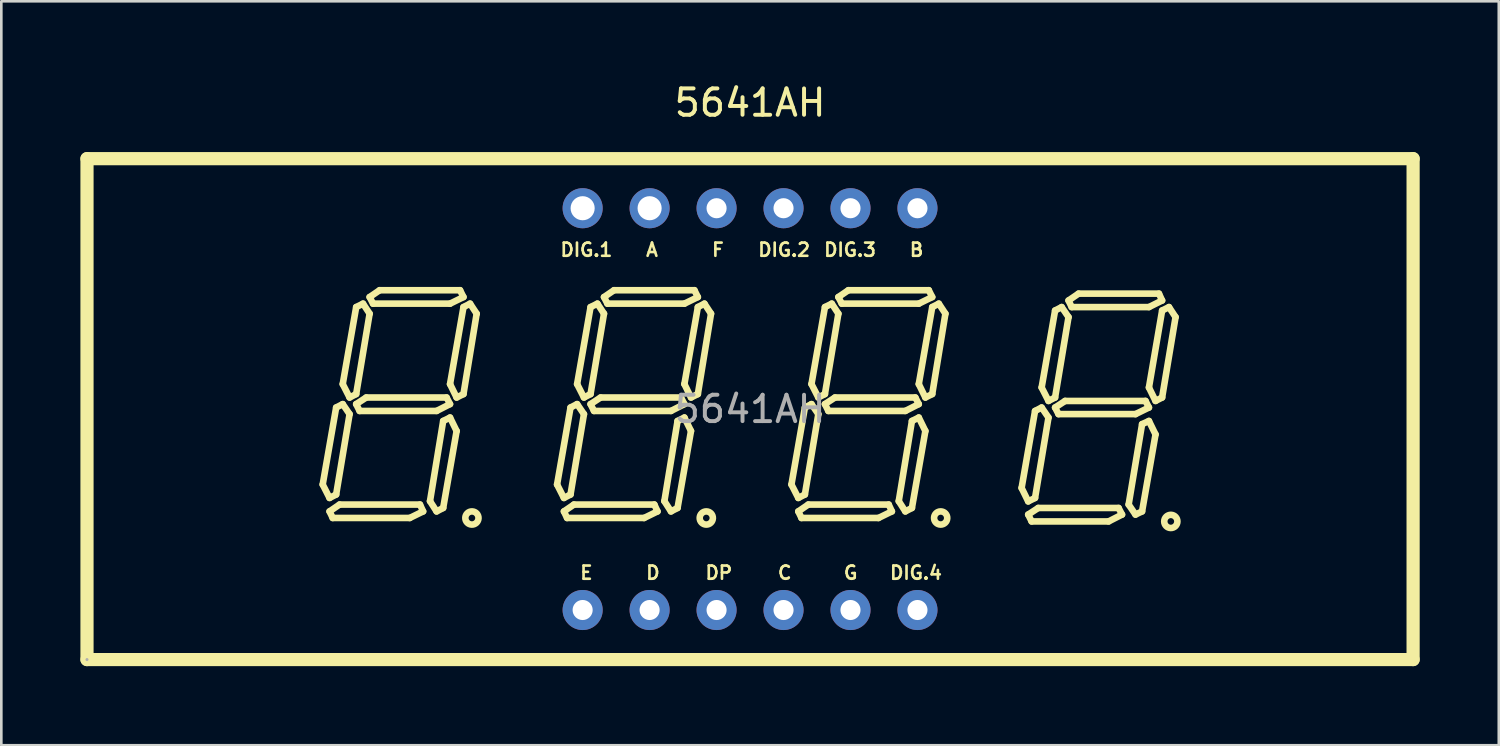
<source format=kicad_pcb>
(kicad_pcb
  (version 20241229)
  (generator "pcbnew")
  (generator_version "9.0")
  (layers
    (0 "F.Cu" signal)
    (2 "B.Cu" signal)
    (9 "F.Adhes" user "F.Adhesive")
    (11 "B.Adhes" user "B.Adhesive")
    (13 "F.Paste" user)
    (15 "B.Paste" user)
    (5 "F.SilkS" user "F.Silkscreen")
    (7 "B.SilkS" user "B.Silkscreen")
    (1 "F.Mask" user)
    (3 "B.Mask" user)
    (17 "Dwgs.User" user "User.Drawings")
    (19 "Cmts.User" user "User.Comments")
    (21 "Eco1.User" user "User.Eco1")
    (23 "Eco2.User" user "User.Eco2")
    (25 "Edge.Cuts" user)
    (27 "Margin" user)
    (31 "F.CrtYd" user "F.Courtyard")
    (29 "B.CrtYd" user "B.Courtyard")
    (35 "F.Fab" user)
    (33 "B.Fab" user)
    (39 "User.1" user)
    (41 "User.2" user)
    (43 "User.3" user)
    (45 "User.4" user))
  (footprint "5641AH"
    (layer "F.Cu")
    (at 25.4 12.468)
    (property "Reference" "5641AH" (at 0 -11.62 0) (layer "F.SilkS") (effects (font (size 1 1) (thickness 0.15))))
    (attr through_hole)
    (fp_line (start -25.15 -9.5) (end 25.15 -9.5) (stroke (width 0.5) (type solid)) (layer "F.SilkS"))
    (fp_line (start -25.15 9.5) (end -25.15 -9.5) (stroke (width 0.5) (type default)) (layer "F.SilkS"))
    (fp_line (start -16.21 2.86) (end -15.7 -0.06) (stroke (width 0.25) (type solid)) (layer "F.SilkS"))
    (fp_line (start -15.95 3.37) (end -16.21 2.86) (stroke (width 0.25) (type solid)) (layer "F.SilkS"))
    (fp_line (start -15.95 3.88) (end -15.83 4.13) (stroke (width 0.25) (type solid)) (layer "F.SilkS"))
    (fp_line (start -15.83 4.13) (end -12.91 4.13) (stroke (width 0.25) (type solid)) (layer "F.SilkS"))
    (fp_line (start -15.7 -0.06) (end -15.45 -0.19) (stroke (width 0.25) (type solid)) (layer "F.SilkS"))
    (fp_line (start -15.7 3.24) (end -15.95 3.37) (stroke (width 0.25) (type solid)) (layer "F.SilkS"))
    (fp_line (start -15.57 3.62) (end -15.95 3.88) (stroke (width 0.25) (type solid)) (layer "F.SilkS"))
    (fp_line (start -15.45 -0.95) (end -14.94 -3.87) (stroke (width 0.25) (type solid)) (layer "F.SilkS"))
    (fp_line (start -15.45 -0.19) (end -15.19 0.19) (stroke (width 0.25) (type solid)) (layer "F.SilkS"))
    (fp_line (start -15.19 -0.44) (end -15.45 -0.95) (stroke (width 0.25) (type solid)) (layer "F.SilkS"))
    (fp_line (start -15.19 0.19) (end -15.7 3.24) (stroke (width 0.25) (type solid)) (layer "F.SilkS"))
    (fp_line (start -14.94 -3.87) (end -14.68 -4) (stroke (width 0.25) (type solid)) (layer "F.SilkS"))
    (fp_line (start -14.94 -0.57) (end -15.19 -0.44) (stroke (width 0.25) (type solid)) (layer "F.SilkS"))
    (fp_line (start -14.94 -0.19) (end -14.81 0.07) (stroke (width 0.25) (type solid)) (layer "F.SilkS"))
    (fp_line (start -14.81 0.07) (end -11.89 0.07) (stroke (width 0.25) (type solid)) (layer "F.SilkS"))
    (fp_line (start -14.68 -4) (end -14.43 -3.62) (stroke (width 0.25) (type solid)) (layer "F.SilkS"))
    (fp_line (start -14.56 -0.44) (end -14.94 -0.19) (stroke (width 0.25) (type solid)) (layer "F.SilkS"))
    (fp_line (start -14.43 -4.25) (end -14.05 -4.51) (stroke (width 0.25) (type solid)) (layer "F.SilkS"))
    (fp_line (start -14.43 -3.62) (end -14.94 -0.57) (stroke (width 0.25) (type solid)) (layer "F.SilkS"))
    (fp_line (start -14.3 -4) (end -14.43 -4.25) (stroke (width 0.25) (type solid)) (layer "F.SilkS"))
    (fp_line (start -14.05 -4.51) (end -11 -4.51) (stroke (width 0.25) (type solid)) (layer "F.SilkS"))
    (fp_line (start -12.91 4.13) (end -12.4 3.88) (stroke (width 0.25) (type solid)) (layer "F.SilkS"))
    (fp_line (start -12.52 3.62) (end -15.57 3.62) (stroke (width 0.25) (type solid)) (layer "F.SilkS"))
    (fp_line (start -12.4 3.88) (end -12.52 3.62) (stroke (width 0.25) (type solid)) (layer "F.SilkS"))
    (fp_line (start -12.14 3.49) (end -11.89 3.88) (stroke (width 0.25) (type solid)) (layer "F.SilkS"))
    (fp_line (start -11.89 0.07) (end -11.38 -0.19) (stroke (width 0.25) (type solid)) (layer "F.SilkS"))
    (fp_line (start -11.89 3.88) (end -11.64 3.75) (stroke (width 0.25) (type solid)) (layer "F.SilkS"))
    (fp_line (start -11.64 0.45) (end -12.14 3.49) (stroke (width 0.25) (type solid)) (layer "F.SilkS"))
    (fp_line (start -11.64 3.75) (end -11.13 0.83) (stroke (width 0.25) (type solid)) (layer "F.SilkS"))
    (fp_line (start -11.51 -0.44) (end -14.56 -0.44) (stroke (width 0.25) (type solid)) (layer "F.SilkS"))
    (fp_line (start -11.38 -4) (end -14.3 -4) (stroke (width 0.25) (type solid)) (layer "F.SilkS"))
    (fp_line (start -11.38 -0.95) (end -10.87 -3.87) (stroke (width 0.25) (type solid)) (layer "F.SilkS"))
    (fp_line (start -11.38 -0.19) (end -11.51 -0.44) (stroke (width 0.25) (type solid)) (layer "F.SilkS"))
    (fp_line (start -11.38 0.32) (end -11.64 0.45) (stroke (width 0.25) (type solid)) (layer "F.SilkS"))
    (fp_line (start -11.13 -0.44) (end -11.38 -0.95) (stroke (width 0.25) (type solid)) (layer "F.SilkS"))
    (fp_line (start -11.13 0.83) (end -11.38 0.32) (stroke (width 0.25) (type solid)) (layer "F.SilkS"))
    (fp_line (start -11 -4.51) (end -10.87 -4.25) (stroke (width 0.25) (type solid)) (layer "F.SilkS"))
    (fp_line (start -10.87 -4.25) (end -11.38 -4) (stroke (width 0.25) (type solid)) (layer "F.SilkS"))
    (fp_line (start -10.87 -3.87) (end -10.62 -4) (stroke (width 0.25) (type solid)) (layer "F.SilkS"))
    (fp_line (start -10.87 -0.57) (end -11.13 -0.44) (stroke (width 0.25) (type solid)) (layer "F.SilkS"))
    (fp_line (start -10.62 -4) (end -10.37 -3.62) (stroke (width 0.25) (type solid)) (layer "F.SilkS"))
    (fp_line (start -10.37 -3.62) (end -10.87 -0.57) (stroke (width 0.25) (type solid)) (layer "F.SilkS"))
    (fp_line (start -7.32 2.86) (end -6.81 -0.06) (stroke (width 0.25) (type solid)) (layer "F.SilkS"))
    (fp_line (start -7.06 3.37) (end -7.32 2.86) (stroke (width 0.25) (type solid)) (layer "F.SilkS"))
    (fp_line (start -7.06 3.88) (end -6.94 4.13) (stroke (width 0.25) (type solid)) (layer "F.SilkS"))
    (fp_line (start -6.94 4.13) (end -4.02 4.13) (stroke (width 0.25) (type solid)) (layer "F.SilkS"))
    (fp_line (start -6.81 -0.06) (end -6.56 -0.19) (stroke (width 0.25) (type solid)) (layer "F.SilkS"))
    (fp_line (start -6.81 3.24) (end -7.06 3.37) (stroke (width 0.25) (type solid)) (layer "F.SilkS"))
    (fp_line (start -6.68 3.62) (end -7.06 3.88) (stroke (width 0.25) (type solid)) (layer "F.SilkS"))
    (fp_line (start -6.56 -0.95) (end -6.05 -3.87) (stroke (width 0.25) (type solid)) (layer "F.SilkS"))
    (fp_line (start -6.56 -0.19) (end -6.3 0.19) (stroke (width 0.25) (type solid)) (layer "F.SilkS"))
    (fp_line (start -6.3 -0.44) (end -6.56 -0.95) (stroke (width 0.25) (type solid)) (layer "F.SilkS"))
    (fp_line (start -6.3 0.19) (end -6.81 3.24) (stroke (width 0.25) (type solid)) (layer "F.SilkS"))
    (fp_line (start -6.05 -3.87) (end -5.79 -4) (stroke (width 0.25) (type solid)) (layer "F.SilkS"))
    (fp_line (start -6.05 -0.57) (end -6.3 -0.44) (stroke (width 0.25) (type solid)) (layer "F.SilkS"))
    (fp_line (start -6.05 -0.19) (end -5.92 0.07) (stroke (width 0.25) (type solid)) (layer "F.SilkS"))
    (fp_line (start -5.92 0.07) (end -3 0.07) (stroke (width 0.25) (type solid)) (layer "F.SilkS"))
    (fp_line (start -5.79 -4) (end -5.54 -3.62) (stroke (width 0.25) (type solid)) (layer "F.SilkS"))
    (fp_line (start -5.67 -0.44) (end -6.05 -0.19) (stroke (width 0.25) (type solid)) (layer "F.SilkS"))
    (fp_line (start -5.54 -4.25) (end -5.16 -4.51) (stroke (width 0.25) (type solid)) (layer "F.SilkS"))
    (fp_line (start -5.54 -3.62) (end -6.05 -0.57) (stroke (width 0.25) (type solid)) (layer "F.SilkS"))
    (fp_line (start -5.41 -4) (end -5.54 -4.25) (stroke (width 0.25) (type solid)) (layer "F.SilkS"))
    (fp_line (start -5.16 -4.51) (end -2.11 -4.51) (stroke (width 0.25) (type solid)) (layer "F.SilkS"))
    (fp_line (start -4.02 4.13) (end -3.51 3.88) (stroke (width 0.25) (type solid)) (layer "F.SilkS"))
    (fp_line (start -3.63 3.62) (end -6.68 3.62) (stroke (width 0.25) (type solid)) (layer "F.SilkS"))
    (fp_line (start -3.51 3.88) (end -3.63 3.62) (stroke (width 0.25) (type solid)) (layer "F.SilkS"))
    (fp_line (start -3.25 3.49) (end -3 3.88) (stroke (width 0.25) (type solid)) (layer "F.SilkS"))
    (fp_line (start -3 0.07) (end -2.49 -0.19) (stroke (width 0.25) (type solid)) (layer "F.SilkS"))
    (fp_line (start -3 3.88) (end -2.75 3.75) (stroke (width 0.25) (type solid)) (layer "F.SilkS"))
    (fp_line (start -2.75 0.45) (end -3.25 3.49) (stroke (width 0.25) (type solid)) (layer "F.SilkS"))
    (fp_line (start -2.75 3.75) (end -2.24 0.83) (stroke (width 0.25) (type solid)) (layer "F.SilkS"))
    (fp_line (start -2.62 -0.44) (end -5.67 -0.44) (stroke (width 0.25) (type solid)) (layer "F.SilkS"))
    (fp_line (start -2.49 -4) (end -5.41 -4) (stroke (width 0.25) (type solid)) (layer "F.SilkS"))
    (fp_line (start -2.49 -0.95) (end -1.98 -3.87) (stroke (width 0.25) (type solid)) (layer "F.SilkS"))
    (fp_line (start -2.49 -0.19) (end -2.62 -0.44) (stroke (width 0.25) (type solid)) (layer "F.SilkS"))
    (fp_line (start -2.49 0.32) (end -2.75 0.45) (stroke (width 0.25) (type solid)) (layer "F.SilkS"))
    (fp_line (start -2.24 -0.44) (end -2.49 -0.95) (stroke (width 0.25) (type solid)) (layer "F.SilkS"))
    (fp_line (start -2.24 0.83) (end -2.49 0.32) (stroke (width 0.25) (type solid)) (layer "F.SilkS"))
    (fp_line (start -2.11 -4.51) (end -1.98 -4.25) (stroke (width 0.25) (type solid)) (layer "F.SilkS"))
    (fp_line (start -1.98 -4.25) (end -2.49 -4) (stroke (width 0.25) (type solid)) (layer "F.SilkS"))
    (fp_line (start -1.98 -3.87) (end -1.73 -4) (stroke (width 0.25) (type solid)) (layer "F.SilkS"))
    (fp_line (start -1.98 -0.57) (end -2.24 -0.44) (stroke (width 0.25) (type solid)) (layer "F.SilkS"))
    (fp_line (start -1.73 -4) (end -1.48 -3.62) (stroke (width 0.25) (type solid)) (layer "F.SilkS"))
    (fp_line (start -1.48 -3.62) (end -1.98 -0.57) (stroke (width 0.25) (type solid)) (layer "F.SilkS"))
    (fp_line (start 1.57 2.86) (end 2.08 -0.06) (stroke (width 0.25) (type solid)) (layer "F.SilkS"))
    (fp_line (start 1.83 3.37) (end 1.57 2.86) (stroke (width 0.25) (type solid)) (layer "F.SilkS"))
    (fp_line (start 1.83 3.88) (end 1.95 4.13) (stroke (width 0.25) (type solid)) (layer "F.SilkS"))
    (fp_line (start 1.95 4.13) (end 4.87 4.13) (stroke (width 0.25) (type solid)) (layer "F.SilkS"))
    (fp_line (start 2.08 -0.06) (end 2.33 -0.19) (stroke (width 0.25) (type solid)) (layer "F.SilkS"))
    (fp_line (start 2.08 3.24) (end 1.83 3.37) (stroke (width 0.25) (type solid)) (layer "F.SilkS"))
    (fp_line (start 2.21 3.62) (end 1.83 3.88) (stroke (width 0.25) (type solid)) (layer "F.SilkS"))
    (fp_line (start 2.33 -0.95) (end 2.84 -3.87) (stroke (width 0.25) (type solid)) (layer "F.SilkS"))
    (fp_line (start 2.33 -0.19) (end 2.59 0.19) (stroke (width 0.25) (type solid)) (layer "F.SilkS"))
    (fp_line (start 2.59 -0.44) (end 2.33 -0.95) (stroke (width 0.25) (type solid)) (layer "F.SilkS"))
    (fp_line (start 2.59 0.19) (end 2.08 3.24) (stroke (width 0.25) (type solid)) (layer "F.SilkS"))
    (fp_line (start 2.84 -3.87) (end 3.1 -4) (stroke (width 0.25) (type solid)) (layer "F.SilkS"))
    (fp_line (start 2.84 -0.57) (end 2.59 -0.44) (stroke (width 0.25) (type solid)) (layer "F.SilkS"))
    (fp_line (start 2.84 -0.19) (end 2.97 0.07) (stroke (width 0.25) (type solid)) (layer "F.SilkS"))
    (fp_line (start 2.97 0.07) (end 5.89 0.07) (stroke (width 0.25) (type solid)) (layer "F.SilkS"))
    (fp_line (start 3.1 -4) (end 3.35 -3.62) (stroke (width 0.25) (type solid)) (layer "F.SilkS"))
    (fp_line (start 3.22 -0.44) (end 2.84 -0.19) (stroke (width 0.25) (type solid)) (layer "F.SilkS"))
    (fp_line (start 3.35 -4.25) (end 3.73 -4.51) (stroke (width 0.25) (type solid)) (layer "F.SilkS"))
    (fp_line (start 3.35 -3.62) (end 2.84 -0.57) (stroke (width 0.25) (type solid)) (layer "F.SilkS"))
    (fp_line (start 3.48 -4) (end 3.35 -4.25) (stroke (width 0.25) (type solid)) (layer "F.SilkS"))
    (fp_line (start 3.73 -4.51) (end 6.78 -4.51) (stroke (width 0.25) (type solid)) (layer "F.SilkS"))
    (fp_line (start 4.87 4.13) (end 5.38 3.88) (stroke (width 0.25) (type solid)) (layer "F.SilkS"))
    (fp_line (start 5.26 3.62) (end 2.21 3.62) (stroke (width 0.25) (type solid)) (layer "F.SilkS"))
    (fp_line (start 5.38 3.88) (end 5.26 3.62) (stroke (width 0.25) (type solid)) (layer "F.SilkS"))
    (fp_line (start 5.64 3.49) (end 5.89 3.88) (stroke (width 0.25) (type solid)) (layer "F.SilkS"))
    (fp_line (start 5.89 0.07) (end 6.4 -0.19) (stroke (width 0.25) (type solid)) (layer "F.SilkS"))
    (fp_line (start 5.89 3.88) (end 6.14 3.75) (stroke (width 0.25) (type solid)) (layer "F.SilkS"))
    (fp_line (start 6.14 0.45) (end 5.64 3.49) (stroke (width 0.25) (type solid)) (layer "F.SilkS"))
    (fp_line (start 6.14 3.75) (end 6.65 0.83) (stroke (width 0.25) (type solid)) (layer "F.SilkS"))
    (fp_line (start 6.27 -0.44) (end 3.22 -0.44) (stroke (width 0.25) (type solid)) (layer "F.SilkS"))
    (fp_line (start 6.4 -4) (end 3.48 -4) (stroke (width 0.25) (type solid)) (layer "F.SilkS"))
    (fp_line (start 6.4 -0.95) (end 6.91 -3.87) (stroke (width 0.25) (type solid)) (layer "F.SilkS"))
    (fp_line (start 6.4 -0.19) (end 6.27 -0.44) (stroke (width 0.25) (type solid)) (layer "F.SilkS"))
    (fp_line (start 6.4 0.32) (end 6.14 0.45) (stroke (width 0.25) (type solid)) (layer "F.SilkS"))
    (fp_line (start 6.65 -0.44) (end 6.4 -0.95) (stroke (width 0.25) (type solid)) (layer "F.SilkS"))
    (fp_line (start 6.65 0.83) (end 6.4 0.32) (stroke (width 0.25) (type solid)) (layer "F.SilkS"))
    (fp_line (start 6.78 -4.51) (end 6.91 -4.25) (stroke (width 0.25) (type solid)) (layer "F.SilkS"))
    (fp_line (start 6.91 -4.25) (end 6.4 -4) (stroke (width 0.25) (type solid)) (layer "F.SilkS"))
    (fp_line (start 6.91 -3.87) (end 7.16 -4) (stroke (width 0.25) (type solid)) (layer "F.SilkS"))
    (fp_line (start 6.91 -0.57) (end 6.65 -0.44) (stroke (width 0.25) (type solid)) (layer "F.SilkS"))
    (fp_line (start 7.16 -4) (end 7.41 -3.62) (stroke (width 0.25) (type solid)) (layer "F.SilkS"))
    (fp_line (start 7.41 -3.62) (end 6.91 -0.57) (stroke (width 0.25) (type solid)) (layer "F.SilkS"))
    (fp_line (start 10.3 2.99) (end 10.81 0.07) (stroke (width 0.25) (type solid)) (layer "F.SilkS"))
    (fp_line (start 10.55 3.5) (end 10.3 2.99) (stroke (width 0.25) (type solid)) (layer "F.SilkS"))
    (fp_line (start 10.55 4) (end 10.68 4.26) (stroke (width 0.25) (type solid)) (layer "F.SilkS"))
    (fp_line (start 10.68 4.26) (end 13.6 4.26) (stroke (width 0.25) (type solid)) (layer "F.SilkS"))
    (fp_line (start 10.81 0.07) (end 11.06 -0.06) (stroke (width 0.25) (type solid)) (layer "F.SilkS"))
    (fp_line (start 10.81 3.37) (end 10.55 3.5) (stroke (width 0.25) (type solid)) (layer "F.SilkS"))
    (fp_line (start 10.93 3.75) (end 10.55 4) (stroke (width 0.25) (type solid)) (layer "F.SilkS"))
    (fp_line (start 11.06 -0.82) (end 11.57 -3.74) (stroke (width 0.25) (type solid)) (layer "F.SilkS"))
    (fp_line (start 11.06 -0.06) (end 11.32 0.32) (stroke (width 0.25) (type solid)) (layer "F.SilkS"))
    (fp_line (start 11.32 -0.31) (end 11.06 -0.82) (stroke (width 0.25) (type solid)) (layer "F.SilkS"))
    (fp_line (start 11.32 0.32) (end 10.81 3.37) (stroke (width 0.25) (type solid)) (layer "F.SilkS"))
    (fp_line (start 11.57 -3.74) (end 11.82 -3.87) (stroke (width 0.25) (type solid)) (layer "F.SilkS"))
    (fp_line (start 11.57 -0.44) (end 11.32 -0.31) (stroke (width 0.25) (type solid)) (layer "F.SilkS"))
    (fp_line (start 11.57 -0.06) (end 11.7 0.19) (stroke (width 0.25) (type solid)) (layer "F.SilkS"))
    (fp_line (start 11.7 0.19) (end 14.62 0.19) (stroke (width 0.25) (type solid)) (layer "F.SilkS"))
    (fp_line (start 11.82 -3.87) (end 12.08 -3.49) (stroke (width 0.25) (type solid)) (layer "F.SilkS"))
    (fp_line (start 11.95 -0.31) (end 11.57 -0.06) (stroke (width 0.25) (type solid)) (layer "F.SilkS"))
    (fp_line (start 12.08 -4.12) (end 12.46 -4.38) (stroke (width 0.25) (type solid)) (layer "F.SilkS"))
    (fp_line (start 12.08 -3.49) (end 11.57 -0.44) (stroke (width 0.25) (type solid)) (layer "F.SilkS"))
    (fp_line (start 12.2 -3.87) (end 12.08 -4.12) (stroke (width 0.25) (type solid)) (layer "F.SilkS"))
    (fp_line (start 12.46 -4.38) (end 15.51 -4.38) (stroke (width 0.25) (type solid)) (layer "F.SilkS"))
    (fp_line (start 13.6 4.26) (end 14.11 4) (stroke (width 0.25) (type solid)) (layer "F.SilkS"))
    (fp_line (start 13.98 3.75) (end 10.93 3.75) (stroke (width 0.25) (type solid)) (layer "F.SilkS"))
    (fp_line (start 14.11 4) (end 13.98 3.75) (stroke (width 0.25) (type solid)) (layer "F.SilkS"))
    (fp_line (start 14.36 3.62) (end 14.62 4) (stroke (width 0.25) (type solid)) (layer "F.SilkS"))
    (fp_line (start 14.62 0.19) (end 15.13 -0.06) (stroke (width 0.25) (type solid)) (layer "F.SilkS"))
    (fp_line (start 14.62 4) (end 14.87 3.88) (stroke (width 0.25) (type solid)) (layer "F.SilkS"))
    (fp_line (start 14.87 0.57) (end 14.36 3.62) (stroke (width 0.25) (type solid)) (layer "F.SilkS"))
    (fp_line (start 14.87 3.88) (end 15.38 0.96) (stroke (width 0.25) (type solid)) (layer "F.SilkS"))
    (fp_line (start 15 -0.31) (end 11.95 -0.31) (stroke (width 0.25) (type solid)) (layer "F.SilkS"))
    (fp_line (start 15.13 -3.87) (end 12.2 -3.87) (stroke (width 0.25) (type solid)) (layer "F.SilkS"))
    (fp_line (start 15.13 -0.82) (end 15.63 -3.74) (stroke (width 0.25) (type solid)) (layer "F.SilkS"))
    (fp_line (start 15.13 -0.06) (end 15 -0.31) (stroke (width 0.25) (type solid)) (layer "F.SilkS"))
    (fp_line (start 15.13 0.45) (end 14.87 0.57) (stroke (width 0.25) (type solid)) (layer "F.SilkS"))
    (fp_line (start 15.38 -0.31) (end 15.13 -0.82) (stroke (width 0.25) (type solid)) (layer "F.SilkS"))
    (fp_line (start 15.38 0.96) (end 15.13 0.45) (stroke (width 0.25) (type solid)) (layer "F.SilkS"))
    (fp_line (start 15.51 -4.38) (end 15.63 -4.12) (stroke (width 0.25) (type solid)) (layer "F.SilkS"))
    (fp_line (start 15.63 -4.12) (end 15.13 -3.87) (stroke (width 0.25) (type solid)) (layer "F.SilkS"))
    (fp_line (start 15.63 -3.74) (end 15.89 -3.87) (stroke (width 0.25) (type solid)) (layer "F.SilkS"))
    (fp_line (start 15.63 -0.44) (end 15.38 -0.31) (stroke (width 0.25) (type solid)) (layer "F.SilkS"))
    (fp_line (start 15.89 -3.87) (end 16.14 -3.49) (stroke (width 0.25) (type solid)) (layer "F.SilkS"))
    (fp_line (start 16.14 -3.49) (end 15.63 -0.44) (stroke (width 0.25) (type solid)) (layer "F.SilkS"))
    (fp_line (start 25.15 -9.5) (end 25.15 9.5) (stroke (width 0.5) (type solid)) (layer "F.SilkS"))
    (fp_line (start 25.15 9.5) (end -25.15 9.5) (stroke (width 0.5) (type solid)) (layer "F.SilkS"))
    (fp_arc (start -10.54 3.88) (mid -10.555002 4.38015) (end -10.549997 3.8798) (stroke (width 0.25) (type solid)) (layer "F.SilkS"))
    (fp_arc (start -1.65 3.88) (mid -1.665002 4.38015) (end -1.659997 3.8798) (stroke (width 0.25) (type solid)) (layer "F.SilkS"))
    (fp_arc (start 7.24 3.88) (mid 7.224998 4.38015) (end 7.230003 3.8798) (stroke (width 0.25) (type solid)) (layer "F.SilkS"))
    (fp_arc (start 15.97 4.01) (mid 15.954998 4.51015) (end 15.960003 4.0098) (stroke (width 0.25) (type solid)) (layer "F.SilkS"))
    (fp_circle (center -25.15 9.5) (end -25.12 9.5) (stroke (width 0.06) (type solid)) (fill no) (layer "F.Fab"))
    (fp_circle (center -6.35 -7.62) (end -6.22 -7.62) (stroke (width 0.25) (type solid)) (fill no) (layer "F.Fab"))
    (fp_circle (center -6.35 7.62) (end -6.22 7.62) (stroke (width 0.25) (type solid)) (fill no) (layer "F.Fab"))
    (fp_circle (center -3.81 -7.62) (end -3.68 -7.62) (stroke (width 0.25) (type solid)) (fill no) (layer "F.Fab"))
    (fp_circle (center -3.81 7.62) (end -3.68 7.62) (stroke (width 0.25) (type solid)) (fill no) (layer "F.Fab"))
    (fp_circle (center -1.27 -7.62) (end -1.14 -7.62) (stroke (width 0.25) (type solid)) (fill no) (layer "F.Fab"))
    (fp_circle (center -1.27 7.62) (end -1.14 7.62) (stroke (width 0.25) (type solid)) (fill no) (layer "F.Fab"))
    (fp_circle (center 1.27 -7.62) (end 1.4 -7.62) (stroke (width 0.25) (type solid)) (fill no) (layer "F.Fab"))
    (fp_circle (center 1.27 7.62) (end 1.4 7.62) (stroke (width 0.25) (type solid)) (fill no) (layer "F.Fab"))
    (fp_circle (center 3.81 -7.62) (end 3.94 -7.62) (stroke (width 0.25) (type solid)) (fill no) (layer "F.Fab"))
    (fp_circle (center 3.81 7.62) (end 3.94 7.62) (stroke (width 0.25) (type solid)) (fill no) (layer "F.Fab"))
    (fp_circle (center 6.35 -7.62) (end 6.48 -7.62) (stroke (width 0.25) (type solid)) (fill no) (layer "F.Fab"))
    (fp_circle (center 6.35 7.62) (end 6.48 7.62) (stroke (width 0.25) (type solid)) (fill no) (layer "F.Fab"))
    (fp_text user "E" (at -6.5 6.5 0) (unlocked yes) (layer "F.SilkS") (effects (font (size 0.5 0.5) (thickness 0.1) (bold yes)) (justify left bottom)))
    (fp_text user "D" (at -4 6.5 0) (unlocked yes) (layer "F.SilkS") (effects (font (size 0.5 0.5) (thickness 0.1)) (justify left bottom)))
    (fp_text user "A" (at -4 -5.75 0) (unlocked yes) (layer "F.SilkS") (effects (font (size 0.5 0.5) (thickness 0.1)) (justify left bottom)))
    (fp_text user "DIG.4" (at 5.25 6.5 0) (unlocked yes) (layer "F.SilkS") (effects (font (size 0.5 0.5) (thickness 0.1) (bold yes)) (justify left bottom)))
    (fp_text user "DIG.3" (at 2.75 -5.75 0) (unlocked yes) (layer "F.SilkS") (effects (font (size 0.5 0.5) (thickness 0.1)) (justify left bottom)))
    (fp_text user "DP" (at -1.75 6.5 0) (unlocked yes) (layer "F.SilkS") (effects (font (size 0.5 0.5) (thickness 0.1)) (justify left bottom)))
    (fp_text user "C" (at 1 6.5 0) (unlocked yes) (layer "F.SilkS") (effects (font (size 0.5 0.5) (thickness 0.1)) (justify left bottom)))
    (fp_text user "G" (at 3.5 6.5 0) (unlocked yes) (layer "F.SilkS") (effects (font (size 0.5 0.5) (thickness 0.1)) (justify left bottom)))
    (fp_text user "DIG.2" (at 0.25 -5.75 0) (unlocked yes) (layer "F.SilkS") (effects (font (size 0.5 0.5) (thickness 0.1)) (justify left bottom)))
    (fp_text user "B" (at 6 -5.75 0) (unlocked yes) (layer "F.SilkS") (effects (font (size 0.5 0.5) (thickness 0.1)) (justify left bottom)))
    (fp_text user "DIG.1" (at -7.25 -5.75 0) (unlocked yes) (layer "F.SilkS") (effects (font (size 0.5 0.5) (thickness 0.1)) (justify left bottom)))
    (fp_text user "F" (at -1.5 -5.75 0) (unlocked yes) (layer "F.SilkS") (effects (font (size 0.5 0.5) (thickness 0.1)) (justify left bottom)))
    (fp_text user "${REFERENCE}" (at 0 0 0) (layer "F.Fab") (effects (font (size 1 1) (thickness 0.15))))
    (pad "1" thru_hole circle (at -6.35 7.62) (size 1.52 1.52) (drill 0.762) (layers "*.Cu" "*.Mask"))
    (pad "2" thru_hole circle (at -3.81 7.62) (size 1.52 1.52) (drill 0.762) (layers "*.Cu" "*.Mask"))
    (pad "3" thru_hole circle (at -1.27 7.62) (size 1.52 1.52) (drill 0.762) (layers "*.Cu" "*.Mask"))
    (pad "4" thru_hole circle (at 1.27 7.62) (size 1.52 1.52) (drill 0.762) (layers "*.Cu" "*.Mask"))
    (pad "5" thru_hole circle (at 3.81 7.62) (size 1.52 1.52) (drill 0.762) (layers "*.Cu" "*.Mask"))
    (pad "6" thru_hole circle (at 6.35 7.62) (size 1.52 1.52) (drill 0.762) (layers "*.Cu" "*.Mask"))
    (pad "7" thru_hole circle (at 6.35 -7.62) (size 1.52 1.52) (drill 0.762) (layers "*.Cu" "*.Mask"))
    (pad "8" thru_hole circle (at 3.81 -7.62) (size 1.52 1.52) (drill 0.762) (layers "*.Cu" "*.Mask"))
    (pad "9" thru_hole circle (at 1.27 -7.62) (size 1.52 1.52) (drill 0.762) (layers "*.Cu" "*.Mask"))
    (pad "10" thru_hole circle (at -1.27 -7.62) (size 1.52 1.52) (drill 0.762) (layers "*.Cu" "*.Mask"))
    (pad "11" thru_hole circle (at -3.81 -7.62) (size 1.52 1.52) (drill 0.914) (layers "*.Cu" "*.Mask"))
    (pad "12" thru_hole circle (at -6.35 -7.62) (size 1.52 1.52) (drill 0.914) (layers "*.Cu" "*.Mask")))
  (gr_rect
    (start -3 -3)
    (end 53.8 25.218)
    (stroke (width 0.1) (type default))
    (fill no)
    (layer "Edge.Cuts")))
</source>
